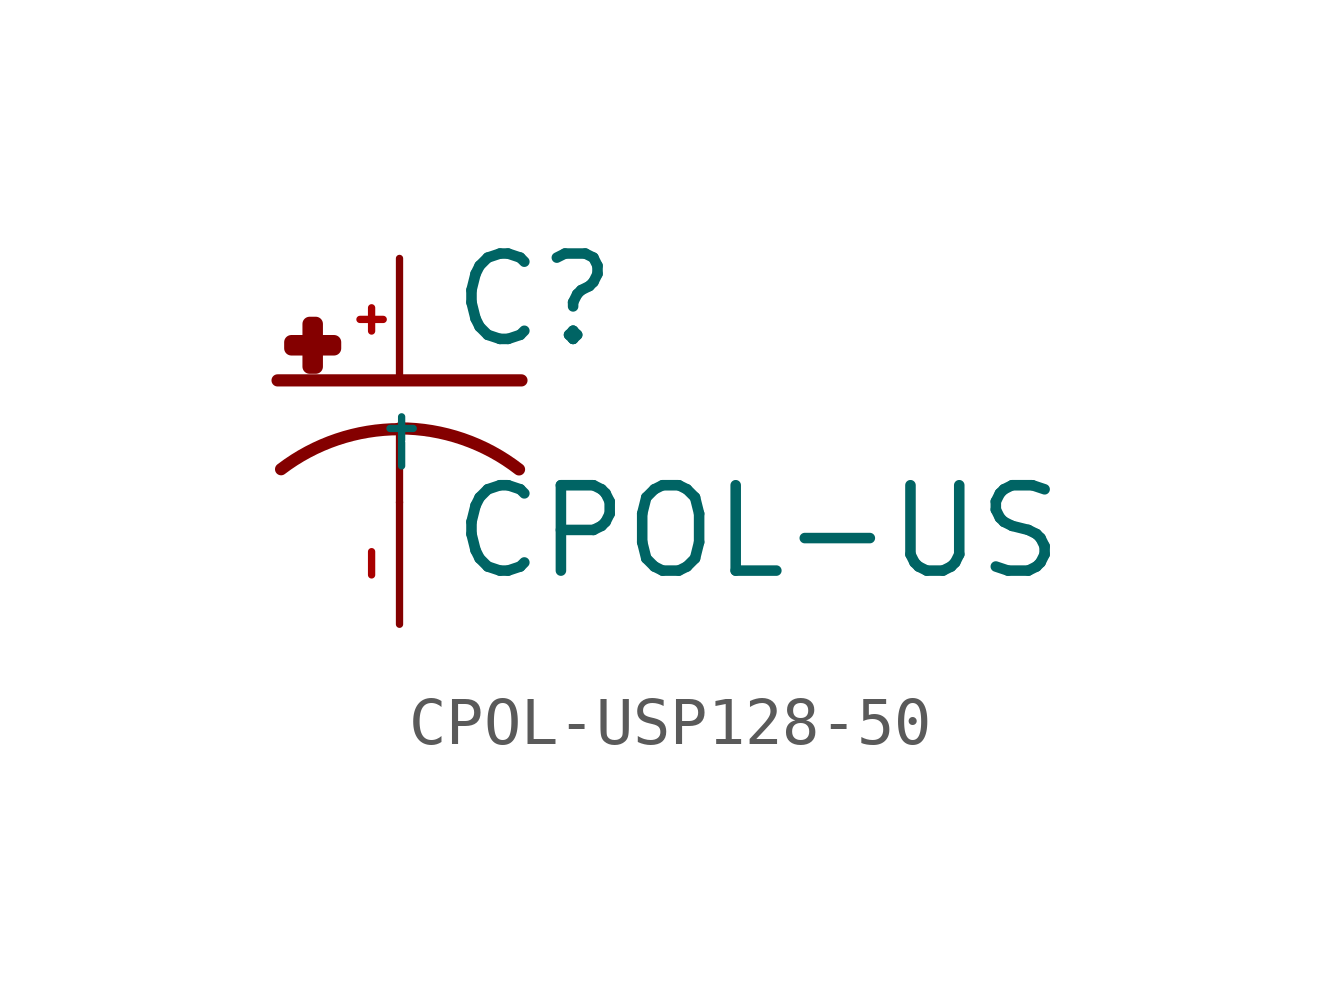
<source format=kicad_sym>
(kicad_symbol_lib
  (version 20220914)
  (generator Eagle2Kicad)
  (symbol "CPOL-USP128-50"
    (property "Reference" "C"
      (at 1.016 0.635 0)
      (effects (font (size 1.778 1.778) (thickness 0.22)) (justify left bottom)))
    (property "Value" "CPOL-US"
      (at 1.016 -4.191 0)
      (effects (font (size 1.778 1.778) (thickness 0.22)) (justify left bottom)))
    (polyline
      (pts (xy -2.54 0) (xy 2.54 0))
      (stroke (width 0.254) (type default))
      (fill (type none)))
    (polyline
      (pts (xy 0 -1.016) (xy 0 -2.54))
      (stroke (width 0.152) (type default))
      (fill (type none)))
    (arc
      (start 2.4892 -1.8542)
      (mid 1.316 -1.220)
      (end 0 -1)
      (stroke (width 0.254) (type default))
      (fill (type none)))
    (arc
      (start 0 -1.0161)
      (mid -1.302 -1.230)
      (end -2.4669 -1.8504)
      (stroke (width 0.254) (type default))
      (fill (type none)))
    (rectangle
      (start -2.253 0.668)
      (end -1.364 0.795)
      (stroke (width 0.3) (type default))
      (fill (type outline)))
    (rectangle
      (start -1.872 0.287)
      (end -1.745 1.176)
      (stroke (width 0.3) (type default))
      (fill (type outline)))
    (pin passive line
      (at 0 2.54 270)
      (length 2.54)
      (name "+" (effects (font (size 0.635 0.635) (thickness 0.08)) (justify left bottom)))
      (number "+" (effects (font (size 0.635 0.635) (thickness 0.08)) (justify left bottom))))
    (pin passive line
      (at 0 -5.08 90)
      (length 2.54)
      (name "-" (effects (font (size 0.635 0.635) (thickness 0.08)) (justify left bottom)))
      (number "-" (effects (font (size 0.635 0.635) (thickness 0.08)) (justify left bottom))))))
</source>
